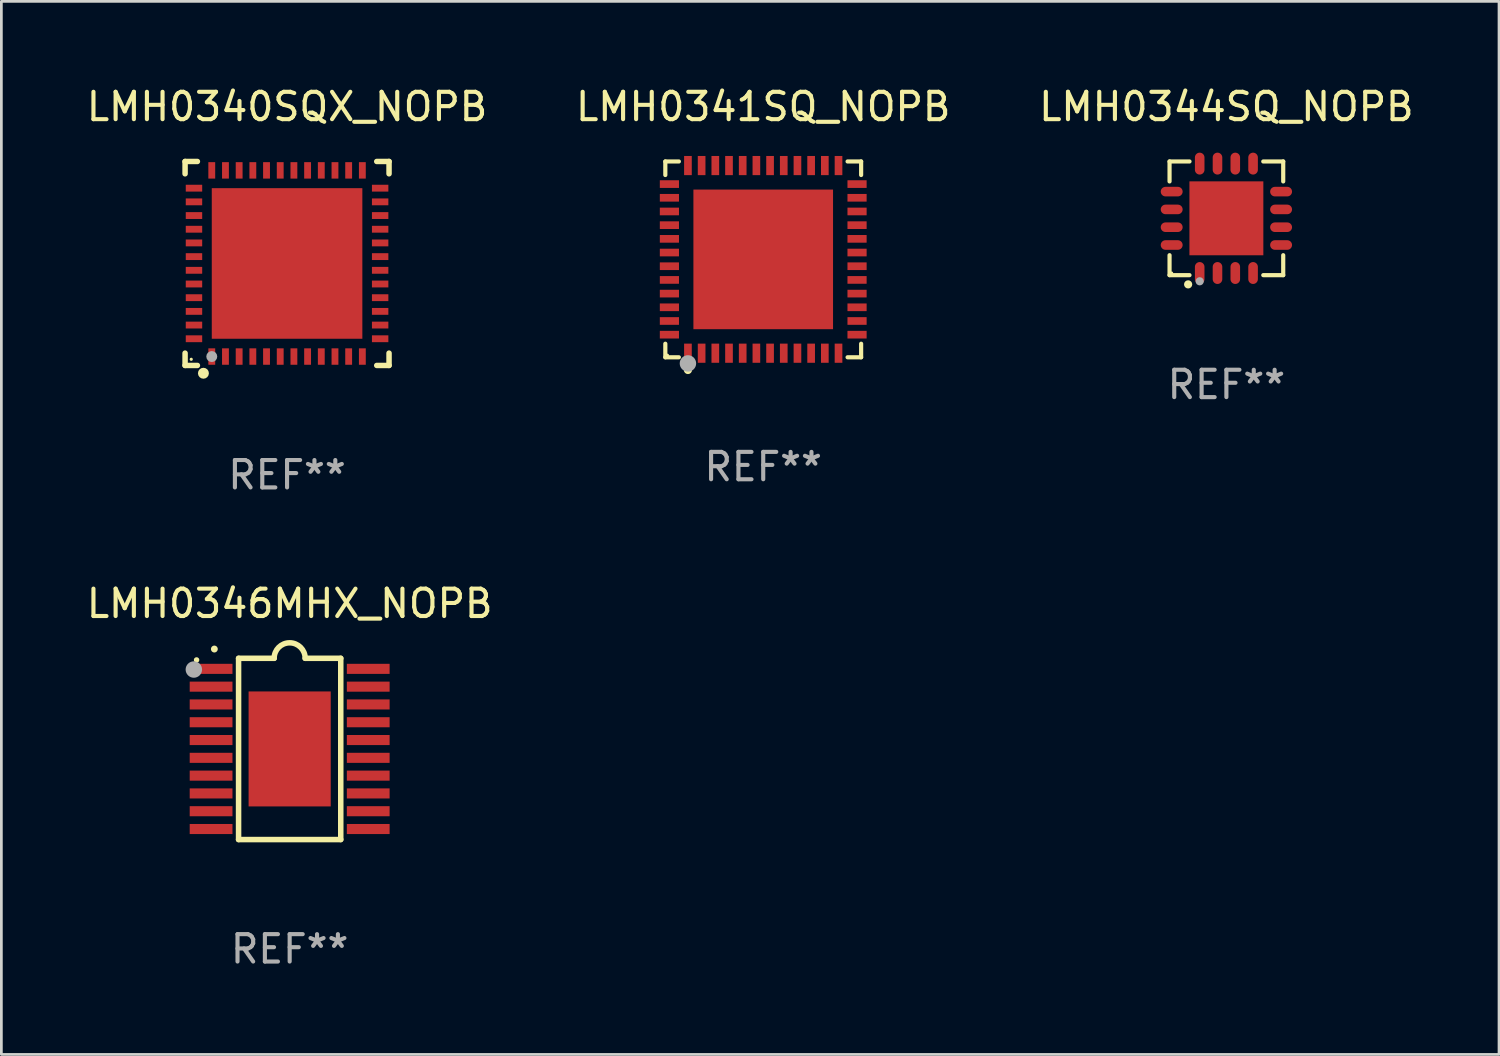
<source format=kicad_pcb>
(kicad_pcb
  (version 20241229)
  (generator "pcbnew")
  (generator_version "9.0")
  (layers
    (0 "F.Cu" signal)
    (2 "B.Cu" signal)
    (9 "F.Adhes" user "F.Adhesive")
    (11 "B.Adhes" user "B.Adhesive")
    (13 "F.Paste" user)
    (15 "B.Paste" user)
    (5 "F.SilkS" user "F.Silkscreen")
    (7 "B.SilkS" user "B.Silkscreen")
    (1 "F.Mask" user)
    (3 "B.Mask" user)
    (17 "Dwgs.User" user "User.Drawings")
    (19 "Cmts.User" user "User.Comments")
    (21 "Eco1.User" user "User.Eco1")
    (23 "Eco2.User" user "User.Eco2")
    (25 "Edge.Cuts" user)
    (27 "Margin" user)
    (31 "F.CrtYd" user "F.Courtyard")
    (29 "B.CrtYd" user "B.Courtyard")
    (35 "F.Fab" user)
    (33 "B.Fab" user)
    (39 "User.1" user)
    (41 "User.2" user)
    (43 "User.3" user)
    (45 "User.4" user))
  (footprint "LMH0341SQ_NOPB"
    (layer "F.Cu")
    (at 24.827 6.424)
    (property "Reference" "LMH0341SQ_NOPB" (at 0 -5.576 0) (layer "F.SilkS") (effects (font (size 1 1) (thickness 0.15))))
    (attr through_hole)
    (fp_line (start -3.576 -3.576) (end -3.081 -3.576) (stroke (width 0.152) (type solid)) (layer "F.SilkS"))
    (fp_line (start -3.576 -3.081) (end -3.576 -3.576) (stroke (width 0.152) (type solid)) (layer "F.SilkS"))
    (fp_line (start -3.576 3.081) (end -3.576 3.576) (stroke (width 0.152) (type solid)) (layer "F.SilkS"))
    (fp_line (start -3.576 3.576) (end -3.081 3.576) (stroke (width 0.152) (type solid)) (layer "F.SilkS"))
    (fp_line (start 3.576 -3.576) (end 3.081 -3.576) (stroke (width 0.152) (type solid)) (layer "F.SilkS"))
    (fp_line (start 3.576 -3.081) (end 3.576 -3.576) (stroke (width 0.152) (type solid)) (layer "F.SilkS"))
    (fp_line (start 3.576 3.081) (end 3.576 3.576) (stroke (width 0.152) (type solid)) (layer "F.SilkS"))
    (fp_line (start 3.576 3.576) (end 3.081 3.576) (stroke (width 0.152) (type solid)) (layer "F.SilkS"))
    (fp_circle (center -3.5 3.5) (end -3.47 3.5) (stroke (width 0.06) (type solid)) (fill no) (layer "F.SilkS"))
    (fp_circle (center -2.75 4.04) (end -2.675 4.04) (stroke (width 0.15) (type solid)) (fill no) (layer "F.SilkS"))
    (fp_circle (center -2.75 3.8) (end -2.6 3.8) (stroke (width 0.3) (type solid)) (fill no) (layer "F.Fab"))
    (fp_text user "REF**" (at 0 7.576 0) (layer "F.Fab") (effects (font (size 1 1) (thickness 0.15))))
    (pad "1" smd rect (at -2.75 3.427) (size 0.28 0.7) (layers "F.Cu" "F.Mask" "F.Paste"))
    (pad "2" smd rect (at -2.25 3.427) (size 0.28 0.7) (layers "F.Cu" "F.Mask" "F.Paste"))
    (pad "3" smd rect (at -1.75 3.427) (size 0.28 0.7) (layers "F.Cu" "F.Mask" "F.Paste"))
    (pad "4" smd rect (at -1.25 3.427) (size 0.28 0.7) (layers "F.Cu" "F.Mask" "F.Paste"))
    (pad "5" smd rect (at -0.75 3.427) (size 0.28 0.7) (layers "F.Cu" "F.Mask" "F.Paste"))
    (pad "6" smd rect (at -0.25 3.427) (size 0.28 0.7) (layers "F.Cu" "F.Mask" "F.Paste"))
    (pad "7" smd rect (at 0.25 3.427) (size 0.28 0.7) (layers "F.Cu" "F.Mask" "F.Paste"))
    (pad "8" smd rect (at 0.75 3.427) (size 0.28 0.7) (layers "F.Cu" "F.Mask" "F.Paste"))
    (pad "9" smd rect (at 1.25 3.427) (size 0.28 0.7) (layers "F.Cu" "F.Mask" "F.Paste"))
    (pad "10" smd rect (at 1.75 3.427) (size 0.28 0.7) (layers "F.Cu" "F.Mask" "F.Paste"))
    (pad "11" smd rect (at 2.25 3.427) (size 0.28 0.7) (layers "F.Cu" "F.Mask" "F.Paste"))
    (pad "12" smd rect (at 2.75 3.427) (size 0.28 0.7) (layers "F.Cu" "F.Mask" "F.Paste"))
    (pad "13" smd rect (at 3.427 2.75) (size 0.7 0.28) (layers "F.Cu" "F.Mask" "F.Paste"))
    (pad "14" smd rect (at 3.427 2.25) (size 0.7 0.28) (layers "F.Cu" "F.Mask" "F.Paste"))
    (pad "15" smd rect (at 3.427 1.75) (size 0.7 0.28) (layers "F.Cu" "F.Mask" "F.Paste"))
    (pad "16" smd rect (at 3.427 1.25) (size 0.7 0.28) (layers "F.Cu" "F.Mask" "F.Paste"))
    (pad "17" smd rect (at 3.427 0.75) (size 0.7 0.28) (layers "F.Cu" "F.Mask" "F.Paste"))
    (pad "18" smd rect (at 3.427 0.25) (size 0.7 0.28) (layers "F.Cu" "F.Mask" "F.Paste"))
    (pad "19" smd rect (at 3.427 -0.25) (size 0.7 0.28) (layers "F.Cu" "F.Mask" "F.Paste"))
    (pad "20" smd rect (at 3.427 -0.75) (size 0.7 0.28) (layers "F.Cu" "F.Mask" "F.Paste"))
    (pad "21" smd rect (at 3.427 -1.25) (size 0.7 0.28) (layers "F.Cu" "F.Mask" "F.Paste"))
    (pad "22" smd rect (at 3.427 -1.75) (size 0.7 0.28) (layers "F.Cu" "F.Mask" "F.Paste"))
    (pad "23" smd rect (at 3.427 -2.25) (size 0.7 0.28) (layers "F.Cu" "F.Mask" "F.Paste"))
    (pad "24" smd rect (at 3.427 -2.75) (size 0.7 0.28) (layers "F.Cu" "F.Mask" "F.Paste"))
    (pad "25" smd rect (at 2.75 -3.427) (size 0.28 0.7) (layers "F.Cu" "F.Mask" "F.Paste"))
    (pad "26" smd rect (at 2.25 -3.427) (size 0.28 0.7) (layers "F.Cu" "F.Mask" "F.Paste"))
    (pad "27" smd rect (at 1.75 -3.427) (size 0.28 0.7) (layers "F.Cu" "F.Mask" "F.Paste"))
    (pad "28" smd rect (at 1.25 -3.427) (size 0.28 0.7) (layers "F.Cu" "F.Mask" "F.Paste"))
    (pad "29" smd rect (at 0.75 -3.427) (size 0.28 0.7) (layers "F.Cu" "F.Mask" "F.Paste"))
    (pad "30" smd rect (at 0.25 -3.427) (size 0.28 0.7) (layers "F.Cu" "F.Mask" "F.Paste"))
    (pad "31" smd rect (at -0.25 -3.427) (size 0.28 0.7) (layers "F.Cu" "F.Mask" "F.Paste"))
    (pad "32" smd rect (at -0.75 -3.427) (size 0.28 0.7) (layers "F.Cu" "F.Mask" "F.Paste"))
    (pad "33" smd rect (at -1.25 -3.427) (size 0.28 0.7) (layers "F.Cu" "F.Mask" "F.Paste"))
    (pad "34" smd rect (at -1.75 -3.427) (size 0.28 0.7) (layers "F.Cu" "F.Mask" "F.Paste"))
    (pad "35" smd rect (at -2.25 -3.427) (size 0.28 0.7) (layers "F.Cu" "F.Mask" "F.Paste"))
    (pad "36" smd rect (at -2.75 -3.427) (size 0.28 0.7) (layers "F.Cu" "F.Mask" "F.Paste"))
    (pad "37" smd rect (at -3.427 -2.75) (size 0.7 0.28) (layers "F.Cu" "F.Mask" "F.Paste"))
    (pad "38" smd rect (at -3.427 -2.25) (size 0.7 0.28) (layers "F.Cu" "F.Mask" "F.Paste"))
    (pad "39" smd rect (at -3.427 -1.75) (size 0.7 0.28) (layers "F.Cu" "F.Mask" "F.Paste"))
    (pad "40" smd rect (at -3.427 -1.25) (size 0.7 0.28) (layers "F.Cu" "F.Mask" "F.Paste"))
    (pad "41" smd rect (at -3.427 -0.75) (size 0.7 0.28) (layers "F.Cu" "F.Mask" "F.Paste"))
    (pad "42" smd rect (at -3.427 -0.25) (size 0.7 0.28) (layers "F.Cu" "F.Mask" "F.Paste"))
    (pad "43" smd rect (at -3.427 0.25) (size 0.7 0.28) (layers "F.Cu" "F.Mask" "F.Paste"))
    (pad "44" smd rect (at -3.427 0.75) (size 0.7 0.28) (layers "F.Cu" "F.Mask" "F.Paste"))
    (pad "45" smd rect (at -3.427 1.25) (size 0.7 0.28) (layers "F.Cu" "F.Mask" "F.Paste"))
    (pad "46" smd rect (at -3.427 1.75) (size 0.7 0.28) (layers "F.Cu" "F.Mask" "F.Paste"))
    (pad "47" smd rect (at -3.427 2.25) (size 0.7 0.28) (layers "F.Cu" "F.Mask" "F.Paste"))
    (pad "48" smd rect (at -3.427 2.75) (size 0.7 0.28) (layers "F.Cu" "F.Mask" "F.Paste"))
    (pad "49" smd rect (at 0 0) (size 5.1 5.1) (layers "F.Cu" "F.Mask" "F.Paste")))
  (footprint "LMH0340SQX_NOPB"
    (layer "F.Cu")
    (at 7.435 6.573)
    (property "Reference" "LMH0340SQX_NOPB" (at 0 -5.725 0) (layer "F.SilkS") (effects (font (size 1 1) (thickness 0.15))))
    (attr through_hole)
    (fp_line (start -3.725 -3.725) (end -3.275 -3.725) (stroke (width 0.2) (type solid)) (layer "F.SilkS"))
    (fp_line (start -3.725 -3.275) (end -3.725 -3.725) (stroke (width 0.2) (type solid)) (layer "F.SilkS"))
    (fp_line (start -3.725 3.725) (end -3.725 3.275) (stroke (width 0.2) (type solid)) (layer "F.SilkS"))
    (fp_line (start -3.275 3.725) (end -3.725 3.725) (stroke (width 0.2) (type solid)) (layer "F.SilkS"))
    (fp_line (start 3.275 3.725) (end 3.725 3.725) (stroke (width 0.2) (type solid)) (layer "F.SilkS"))
    (fp_line (start 3.725 -3.725) (end 3.275 -3.725) (stroke (width 0.2) (type solid)) (layer "F.SilkS"))
    (fp_line (start 3.725 -3.275) (end 3.725 -3.725) (stroke (width 0.2) (type solid)) (layer "F.SilkS"))
    (fp_line (start 3.725 3.725) (end 3.725 3.275) (stroke (width 0.2) (type solid)) (layer "F.SilkS"))
    (fp_circle (center -3.5 3.5) (end -3.47 3.5) (stroke (width 0.06) (type solid)) (fill no) (layer "F.SilkS"))
    (fp_circle (center -3.055 4.01) (end -2.955 4.01) (stroke (width 0.2) (type solid)) (fill no) (layer "F.SilkS"))
    (fp_circle (center -2.75 3.4) (end -2.65 3.4) (stroke (width 0.2) (type solid)) (fill no) (layer "F.Fab"))
    (fp_text user "REF**" (at 0 7.725 0) (layer "F.Fab") (effects (font (size 1 1) (thickness 0.15))))
    (pad "1" smd rect (at -2.75 3.4 180) (size 0.25 0.6) (layers "F.Cu" "F.Mask" "F.Paste"))
    (pad "2" smd rect (at -2.25 3.4 180) (size 0.25 0.6) (layers "F.Cu" "F.Mask" "F.Paste"))
    (pad "3" smd rect (at -1.75 3.4 180) (size 0.25 0.6) (layers "F.Cu" "F.Mask" "F.Paste"))
    (pad "4" smd rect (at -1.25 3.4 180) (size 0.25 0.6) (layers "F.Cu" "F.Mask" "F.Paste"))
    (pad "5" smd rect (at -0.75 3.4 180) (size 0.25 0.6) (layers "F.Cu" "F.Mask" "F.Paste"))
    (pad "6" smd rect (at -0.25 3.4 180) (size 0.25 0.6) (layers "F.Cu" "F.Mask" "F.Paste"))
    (pad "7" smd rect (at 0.25 3.4 180) (size 0.25 0.6) (layers "F.Cu" "F.Mask" "F.Paste"))
    (pad "8" smd rect (at 0.75 3.4 180) (size 0.25 0.6) (layers "F.Cu" "F.Mask" "F.Paste"))
    (pad "9" smd rect (at 1.25 3.4 180) (size 0.25 0.6) (layers "F.Cu" "F.Mask" "F.Paste"))
    (pad "10" smd rect (at 1.75 3.4 180) (size 0.25 0.6) (layers "F.Cu" "F.Mask" "F.Paste"))
    (pad "11" smd rect (at 2.25 3.4 180) (size 0.25 0.6) (layers "F.Cu" "F.Mask" "F.Paste"))
    (pad "12" smd rect (at 2.75 3.4 180) (size 0.25 0.6) (layers "F.Cu" "F.Mask" "F.Paste"))
    (pad "13" smd rect (at 3.4 2.75 90) (size 0.25 0.6) (layers "F.Cu" "F.Mask" "F.Paste"))
    (pad "14" smd rect (at 3.4 2.25 90) (size 0.25 0.6) (layers "F.Cu" "F.Mask" "F.Paste"))
    (pad "15" smd rect (at 3.4 1.75 90) (size 0.25 0.6) (layers "F.Cu" "F.Mask" "F.Paste"))
    (pad "16" smd rect (at 3.4 1.25 90) (size 0.25 0.6) (layers "F.Cu" "F.Mask" "F.Paste"))
    (pad "17" smd rect (at 3.4 0.75 90) (size 0.25 0.6) (layers "F.Cu" "F.Mask" "F.Paste"))
    (pad "18" smd rect (at 3.4 0.25 90) (size 0.25 0.6) (layers "F.Cu" "F.Mask" "F.Paste"))
    (pad "19" smd rect (at 3.4 -0.25 90) (size 0.25 0.6) (layers "F.Cu" "F.Mask" "F.Paste"))
    (pad "20" smd rect (at 3.4 -0.75 90) (size 0.25 0.6) (layers "F.Cu" "F.Mask" "F.Paste"))
    (pad "21" smd rect (at 3.4 -1.25 90) (size 0.25 0.6) (layers "F.Cu" "F.Mask" "F.Paste"))
    (pad "22" smd rect (at 3.4 -1.75 90) (size 0.25 0.6) (layers "F.Cu" "F.Mask" "F.Paste"))
    (pad "23" smd rect (at 3.4 -2.25 90) (size 0.25 0.6) (layers "F.Cu" "F.Mask" "F.Paste"))
    (pad "24" smd rect (at 3.4 -2.75 90) (size 0.25 0.6) (layers "F.Cu" "F.Mask" "F.Paste"))
    (pad "25" smd rect (at 2.75 -3.4 180) (size 0.25 0.6) (layers "F.Cu" "F.Mask" "F.Paste"))
    (pad "26" smd rect (at 2.25 -3.4 180) (size 0.25 0.6) (layers "F.Cu" "F.Mask" "F.Paste"))
    (pad "27" smd rect (at 1.75 -3.4 180) (size 0.25 0.6) (layers "F.Cu" "F.Mask" "F.Paste"))
    (pad "28" smd rect (at 1.25 -3.4 180) (size 0.25 0.6) (layers "F.Cu" "F.Mask" "F.Paste"))
    (pad "29" smd rect (at 0.75 -3.4 180) (size 0.25 0.6) (layers "F.Cu" "F.Mask" "F.Paste"))
    (pad "30" smd rect (at 0.25 -3.4 180) (size 0.25 0.6) (layers "F.Cu" "F.Mask" "F.Paste"))
    (pad "31" smd rect (at -0.25 -3.4 180) (size 0.25 0.6) (layers "F.Cu" "F.Mask" "F.Paste"))
    (pad "32" smd rect (at -0.75 -3.4 180) (size 0.25 0.6) (layers "F.Cu" "F.Mask" "F.Paste"))
    (pad "33" smd rect (at -1.25 -3.4 180) (size 0.25 0.6) (layers "F.Cu" "F.Mask" "F.Paste"))
    (pad "34" smd rect (at -1.75 -3.4 180) (size 0.25 0.6) (layers "F.Cu" "F.Mask" "F.Paste"))
    (pad "35" smd rect (at -2.25 -3.4 180) (size 0.25 0.6) (layers "F.Cu" "F.Mask" "F.Paste"))
    (pad "36" smd rect (at -2.75 -3.4 180) (size 0.25 0.6) (layers "F.Cu" "F.Mask" "F.Paste"))
    (pad "37" smd rect (at -3.4 -2.75 90) (size 0.25 0.6) (layers "F.Cu" "F.Mask" "F.Paste"))
    (pad "38" smd rect (at -3.4 -2.25 90) (size 0.25 0.6) (layers "F.Cu" "F.Mask" "F.Paste"))
    (pad "39" smd rect (at -3.4 -1.75 90) (size 0.25 0.6) (layers "F.Cu" "F.Mask" "F.Paste"))
    (pad "40" smd rect (at -3.4 -1.25 90) (size 0.25 0.6) (layers "F.Cu" "F.Mask" "F.Paste"))
    (pad "41" smd rect (at -3.4 -0.75 90) (size 0.25 0.6) (layers "F.Cu" "F.Mask" "F.Paste"))
    (pad "42" smd rect (at -3.4 -0.25 90) (size 0.25 0.6) (layers "F.Cu" "F.Mask" "F.Paste"))
    (pad "43" smd rect (at -3.4 0.25 90) (size 0.25 0.6) (layers "F.Cu" "F.Mask" "F.Paste"))
    (pad "44" smd rect (at -3.4 0.75 90) (size 0.25 0.6) (layers "F.Cu" "F.Mask" "F.Paste"))
    (pad "45" smd rect (at -3.4 1.25 90) (size 0.25 0.6) (layers "F.Cu" "F.Mask" "F.Paste"))
    (pad "46" smd rect (at -3.4 1.75 90) (size 0.25 0.6) (layers "F.Cu" "F.Mask" "F.Paste"))
    (pad "47" smd rect (at -3.4 2.25 90) (size 0.25 0.6) (layers "F.Cu" "F.Mask" "F.Paste"))
    (pad "48" smd rect (at -3.4 2.75 90) (size 0.25 0.6) (layers "F.Cu" "F.Mask" "F.Paste"))
    (pad "49" smd rect (at -0.000076 -0.000076 90) (size 5.5 5.5) (layers "F.Cu" "F.Mask" "F.Paste")))
  (footprint "LMH0344SQ_NOPB"
    (layer "F.Cu")
    (at 41.744 4.924)
    (property "Reference" "LMH0344SQ_NOPB" (at 0 -4.076 0) (layer "F.SilkS") (effects (font (size 1 1) (thickness 0.15))))
    (attr through_hole)
    (fp_line (start -2.076 -2.076) (end -1.347 -2.076) (stroke (width 0.152) (type solid)) (layer "F.SilkS"))
    (fp_line (start -2.076 -1.347) (end -2.076 -2.076) (stroke (width 0.152) (type solid)) (layer "F.SilkS"))
    (fp_line (start -2.076 1.347) (end -2.076 2.076) (stroke (width 0.152) (type solid)) (layer "F.SilkS"))
    (fp_line (start -2.076 2.076) (end -1.347 2.076) (stroke (width 0.152) (type solid)) (layer "F.SilkS"))
    (fp_line (start 2.076 -2.076) (end 1.347 -2.076) (stroke (width 0.152) (type solid)) (layer "F.SilkS"))
    (fp_line (start 2.076 -1.347) (end 2.076 -2.076) (stroke (width 0.152) (type solid)) (layer "F.SilkS"))
    (fp_line (start 2.076 1.347) (end 2.076 2.076) (stroke (width 0.152) (type solid)) (layer "F.SilkS"))
    (fp_line (start 2.076 2.076) (end 1.347 2.076) (stroke (width 0.152) (type solid)) (layer "F.SilkS"))
    (fp_circle (center -2 2) (end -1.97 2) (stroke (width 0.06) (type solid)) (fill no) (layer "F.SilkS"))
    (fp_circle (center -1.397 2.413) (end -1.322 2.413) (stroke (width 0.15) (type solid)) (fill no) (layer "F.SilkS"))
    (fp_circle (center -0.975 2.3) (end -0.9 2.3) (stroke (width 0.15) (type solid)) (fill no) (layer "F.Fab"))
    (fp_text user "REF**" (at 0 6.076 0) (layer "F.Fab") (effects (font (size 1 1) (thickness 0.15))))
    (pad "1" smd oval (at -0.975 1.998) (size 0.35 0.8) (layers "F.Cu" "F.Mask" "F.Paste"))
    (pad "2" smd oval (at -0.325 1.998) (size 0.35 0.8) (layers "F.Cu" "F.Mask" "F.Paste"))
    (pad "3" smd oval (at 0.325 1.998) (size 0.35 0.8) (layers "F.Cu" "F.Mask" "F.Paste"))
    (pad "4" smd oval (at 0.975 1.998) (size 0.35 0.8) (layers "F.Cu" "F.Mask" "F.Paste"))
    (pad "5" smd oval (at 1.998 0.975) (size 0.8 0.35) (layers "F.Cu" "F.Mask" "F.Paste"))
    (pad "6" smd oval (at 1.998 0.325) (size 0.8 0.35) (layers "F.Cu" "F.Mask" "F.Paste"))
    (pad "7" smd oval (at 1.998 -0.325) (size 0.8 0.35) (layers "F.Cu" "F.Mask" "F.Paste"))
    (pad "8" smd oval (at 1.998 -0.975) (size 0.8 0.35) (layers "F.Cu" "F.Mask" "F.Paste"))
    (pad "9" smd oval (at 0.975 -1.998) (size 0.35 0.8) (layers "F.Cu" "F.Mask" "F.Paste"))
    (pad "10" smd oval (at 0.325 -1.998) (size 0.35 0.8) (layers "F.Cu" "F.Mask" "F.Paste"))
    (pad "11" smd oval (at -0.325 -1.998) (size 0.35 0.8) (layers "F.Cu" "F.Mask" "F.Paste"))
    (pad "12" smd oval (at -0.975 -1.998) (size 0.35 0.8) (layers "F.Cu" "F.Mask" "F.Paste"))
    (pad "13" smd oval (at -1.998 -0.975) (size 0.8 0.35) (layers "F.Cu" "F.Mask" "F.Paste"))
    (pad "14" smd oval (at -1.998 -0.325) (size 0.8 0.35) (layers "F.Cu" "F.Mask" "F.Paste"))
    (pad "15" smd oval (at -1.998 0.325) (size 0.8 0.35) (layers "F.Cu" "F.Mask" "F.Paste"))
    (pad "16" smd oval (at -1.998 0.975) (size 0.8 0.35) (layers "F.Cu" "F.Mask" "F.Paste"))
    (pad "17" smd rect (at 0 0) (size 2.7 2.7) (layers "F.Cu" "F.Mask" "F.Paste")))
  (footprint "LMH0346MHX_NOPB"
    (layer "F.Cu")
    (at 7.53 24.305)
    (property "Reference" "LMH0346MHX_NOPB" (at 0 -5.31 0) (layer "F.SilkS") (effects (font (size 1 1) (thickness 0.15))))
    (attr through_hole)
    (fp_line (start -1.866 -3.31) (end -1.866 3.31) (stroke (width 0.201) (type solid)) (layer "F.SilkS"))
    (fp_line (start -1.866 -3.31) (end -0.566 -3.31) (stroke (width 0.201) (type solid)) (layer "F.SilkS"))
    (fp_line (start 1.866 -3.31) (end 0.566 -3.31) (stroke (width 0.201) (type solid)) (layer "F.SilkS"))
    (fp_line (start 1.866 -3.31) (end 1.866 3.31) (stroke (width 0.201) (type solid)) (layer "F.SilkS"))
    (fp_line (start 1.866 3.31) (end -1.866 3.31) (stroke (width 0.201) (type solid)) (layer "F.SilkS"))
    (fp_arc (start -2.750749 -3.647447) (mid -2.750755 -3.648717) (end -2.750749 -3.649987) (stroke (width 0.24892) (type solid)) (layer "F.SilkS"))
    (fp_arc (start -0.566345 -3.309627) (mid -0.000114 -3.876048) (end 0.566497 -3.310008) (stroke (width 0.20066) (type solid)) (layer "F.SilkS"))
    (fp_circle (center -3.4 -3.25) (end -3.35 -3.25) (stroke (width 0.1) (type solid)) (fill no) (layer "F.SilkS"))
    (fp_circle (center -3.5 -2.9) (end -3.35 -2.9) (stroke (width 0.3) (type solid)) (fill no) (layer "F.Fab"))
    (fp_text user "REF**" (at 0 7.31 0) (layer "F.Fab") (effects (font (size 1 1) (thickness 0.15))))
    (pad "1" smd rect (at -2.87 -2.925 90) (size 0.368 1.562) (layers "F.Cu" "F.Mask" "F.Paste"))
    (pad "2" smd rect (at -2.87 -2.275 90) (size 0.368 1.562) (layers "F.Cu" "F.Mask" "F.Paste"))
    (pad "3" smd rect (at -2.87 -1.625 90) (size 0.368 1.562) (layers "F.Cu" "F.Mask" "F.Paste"))
    (pad "4" smd rect (at -2.87 -0.975 90) (size 0.368 1.562) (layers "F.Cu" "F.Mask" "F.Paste"))
    (pad "5" smd rect (at -2.87 -0.325 90) (size 0.368 1.562) (layers "F.Cu" "F.Mask" "F.Paste"))
    (pad "6" smd rect (at -2.87 0.325 90) (size 0.368 1.562) (layers "F.Cu" "F.Mask" "F.Paste"))
    (pad "7" smd rect (at -2.87 0.975 90) (size 0.368 1.562) (layers "F.Cu" "F.Mask" "F.Paste"))
    (pad "8" smd rect (at -2.87 1.625 90) (size 0.368 1.562) (layers "F.Cu" "F.Mask" "F.Paste"))
    (pad "9" smd rect (at -2.87 2.275 90) (size 0.368 1.562) (layers "F.Cu" "F.Mask" "F.Paste"))
    (pad "10" smd rect (at -2.87 2.925 90) (size 0.368 1.562) (layers "F.Cu" "F.Mask" "F.Paste"))
    (pad "11" smd rect (at 2.87 2.925 90) (size 0.368 1.562) (layers "F.Cu" "F.Mask" "F.Paste"))
    (pad "12" smd rect (at 2.87 2.275 90) (size 0.368 1.562) (layers "F.Cu" "F.Mask" "F.Paste"))
    (pad "13" smd rect (at 2.87 1.625 90) (size 0.368 1.562) (layers "F.Cu" "F.Mask" "F.Paste"))
    (pad "14" smd rect (at 2.87 0.975 90) (size 0.368 1.562) (layers "F.Cu" "F.Mask" "F.Paste"))
    (pad "15" smd rect (at 2.87 0.325 90) (size 0.368 1.562) (layers "F.Cu" "F.Mask" "F.Paste"))
    (pad "16" smd rect (at 2.87 -0.325 90) (size 0.368 1.562) (layers "F.Cu" "F.Mask" "F.Paste"))
    (pad "17" smd rect (at 2.87 -0.975 90) (size 0.368 1.562) (layers "F.Cu" "F.Mask" "F.Paste"))
    (pad "18" smd rect (at 2.87 -1.625 90) (size 0.368 1.562) (layers "F.Cu" "F.Mask" "F.Paste"))
    (pad "19" smd rect (at 2.87 -2.275 90) (size 0.368 1.562) (layers "F.Cu" "F.Mask" "F.Paste"))
    (pad "20" smd rect (at 2.87 -2.925 90) (size 0.368 1.562) (layers "F.Cu" "F.Mask" "F.Paste"))
    (pad "21" smd rect (at 0 0.000025) (size 3 4.2) (layers "F.Cu" "F.Mask" "F.Paste")))
  (gr_rect
    (start -3 -3)
    (end 51.702 35.463)
    (stroke (width 0.1) (type default))
    (fill no)
    (layer "Edge.Cuts")))
</source>
